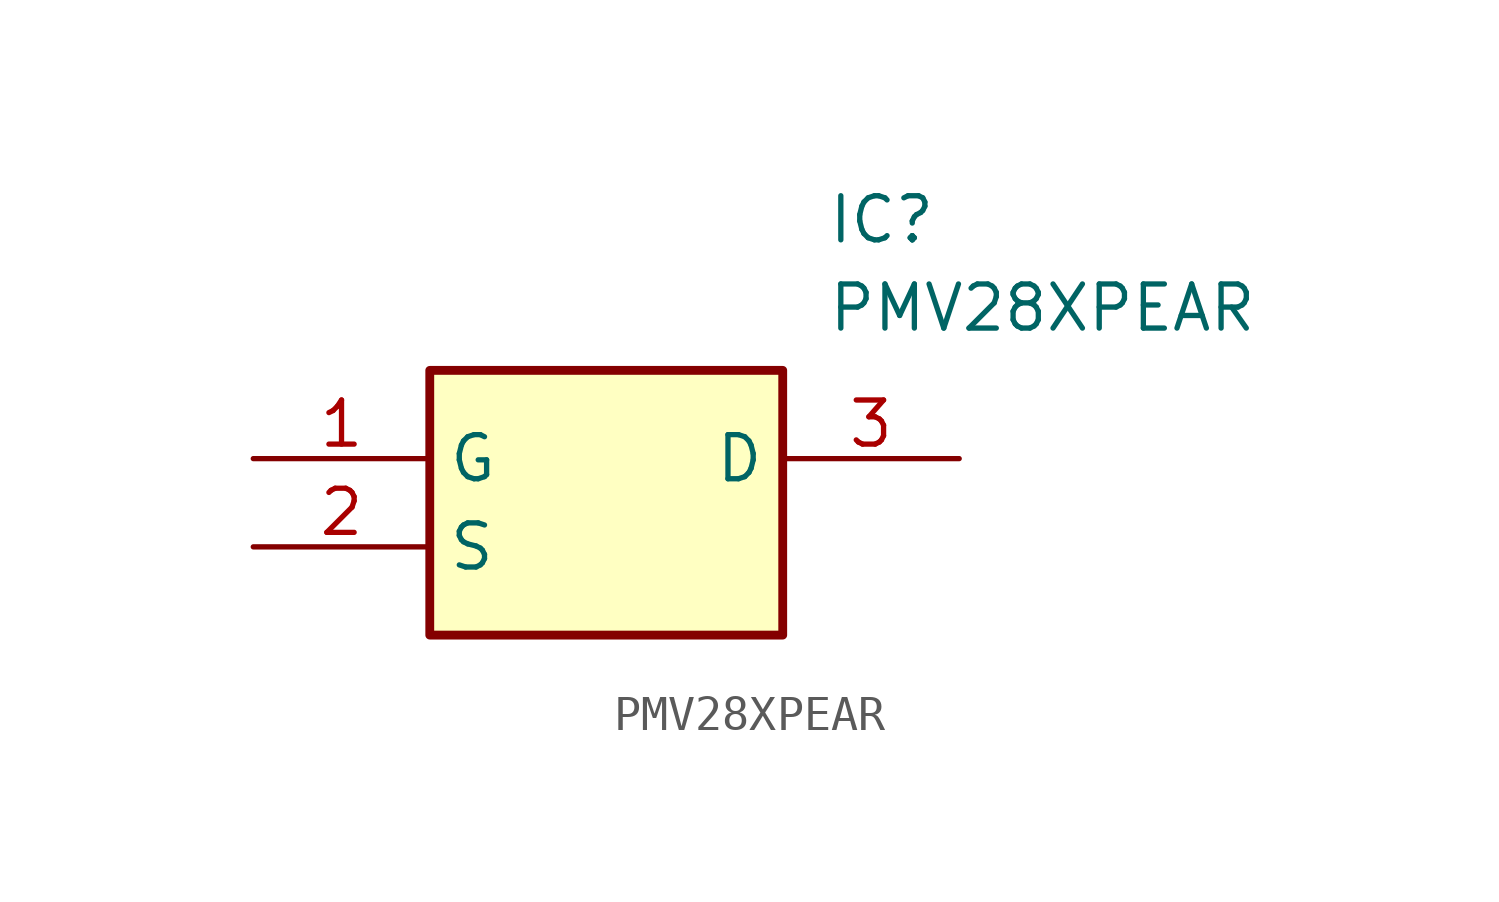
<source format=kicad_sym>
(kicad_symbol_lib
  (version 20211014)
  (generator SamacSys_ECAD_Model)
  (symbol "PMV28XPEAR"
    (property "Reference" "IC"
      (at 16.51 7.62 0)
      (effects (font (size 1.27 1.27)) (justify left top)))
    (property "Value" "PMV28XPEAR"
      (at 16.51 5.08 0)
      (effects (font (size 1.27 1.27)) (justify left top)))
    (rectangle
      (start 5.08 2.54)
      (end 15.24 -5.08)
      (stroke (width 0.254) (type default))
      (fill (type background)))
    (pin passive line
      (at 0 0 0)
      (length 5.08)
      (name "G" (effects (font (size 1.27 1.27))))
      (number "1" (effects (font (size 1.27 1.27)))))
    (pin passive line
      (at 0 -2.54 0)
      (length 5.08)
      (name "S" (effects (font (size 1.27 1.27))))
      (number "2" (effects (font (size 1.27 1.27)))))
    (pin passive line
      (at 20.32 0 180)
      (length 5.08)
      (name "D" (effects (font (size 1.27 1.27))))
      (number "3" (effects (font (size 1.27 1.27)))))))
</source>
